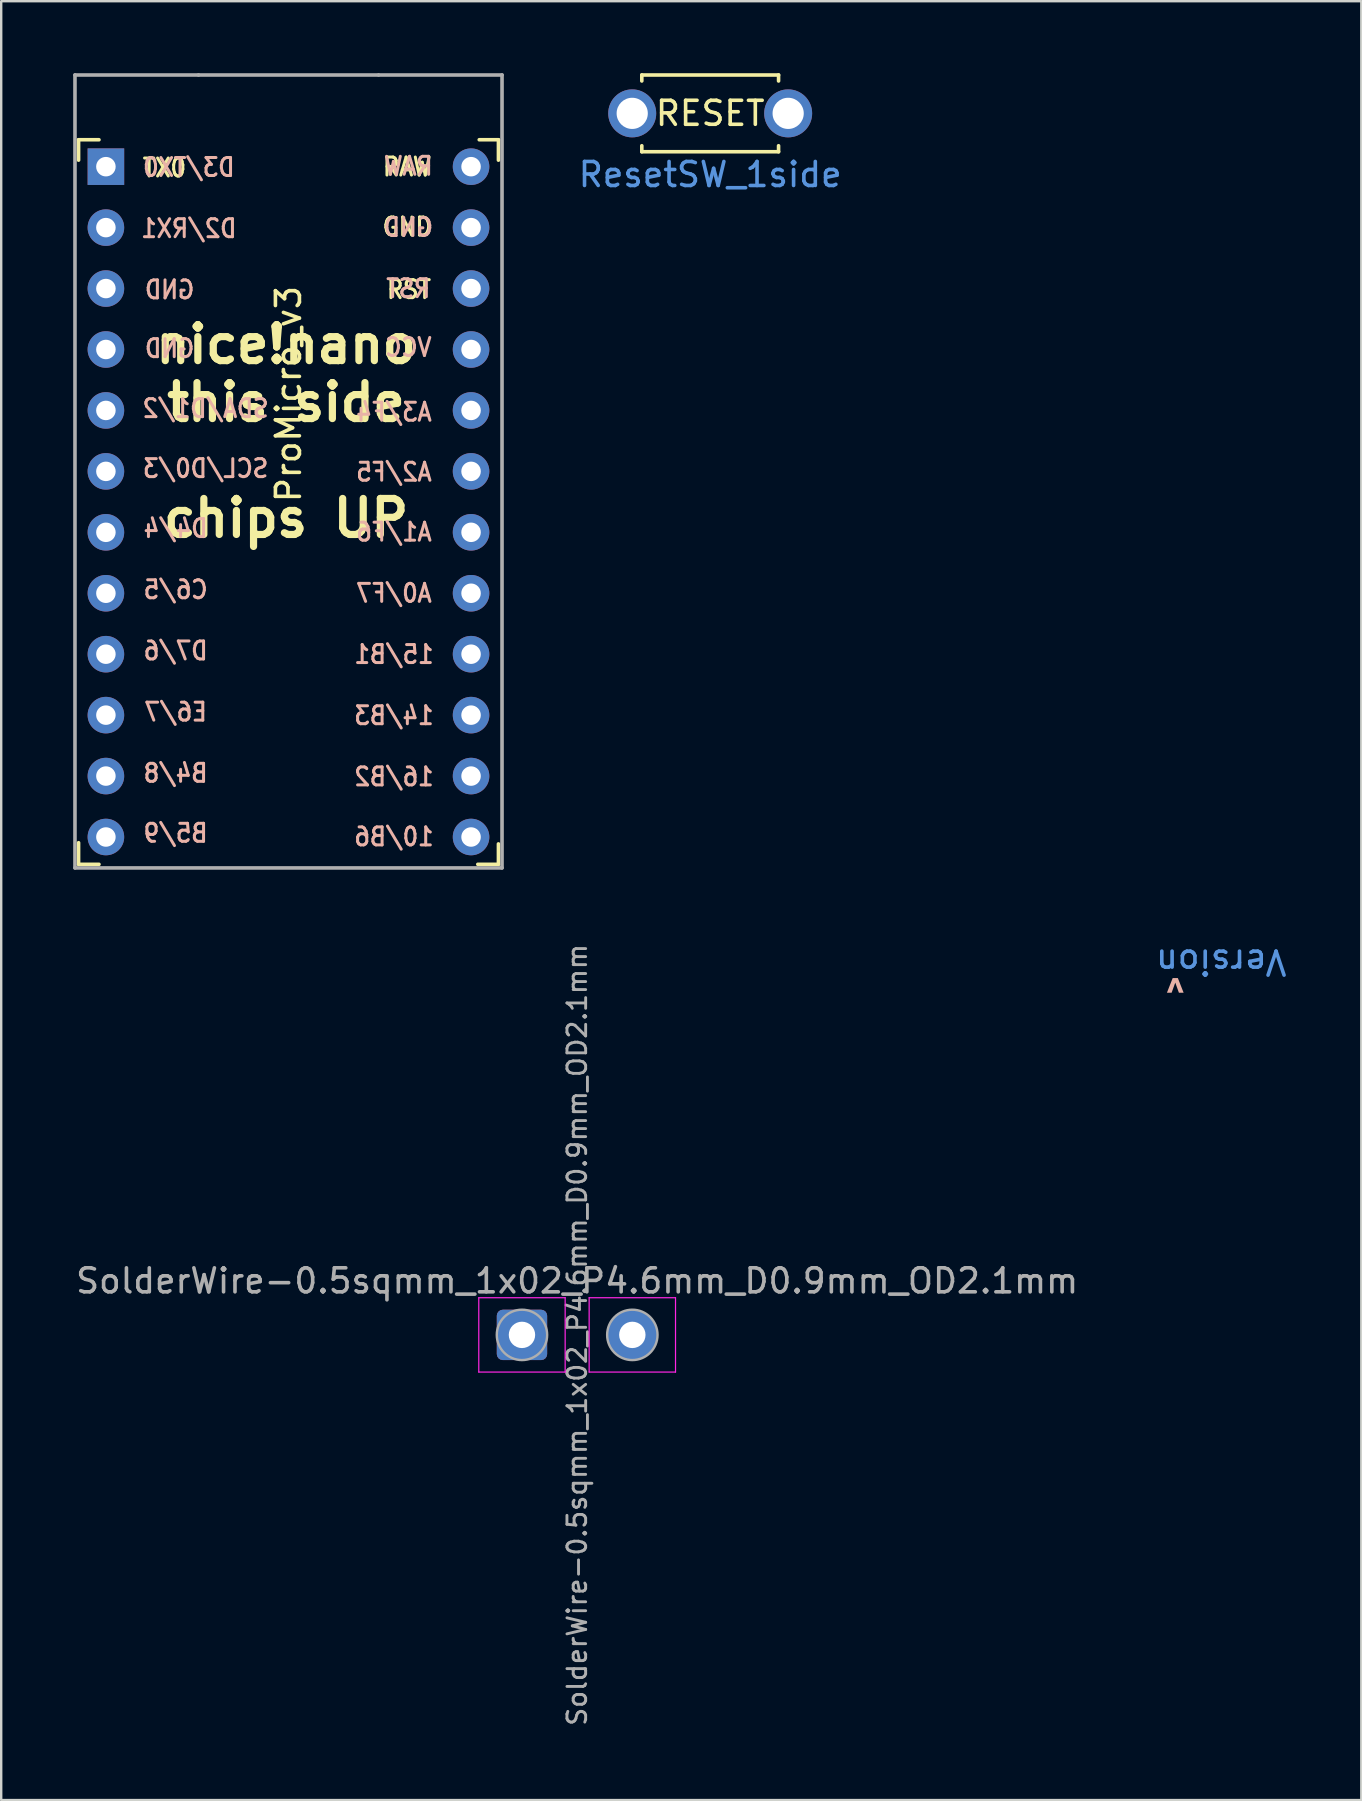
<source format=kicad_pcb>
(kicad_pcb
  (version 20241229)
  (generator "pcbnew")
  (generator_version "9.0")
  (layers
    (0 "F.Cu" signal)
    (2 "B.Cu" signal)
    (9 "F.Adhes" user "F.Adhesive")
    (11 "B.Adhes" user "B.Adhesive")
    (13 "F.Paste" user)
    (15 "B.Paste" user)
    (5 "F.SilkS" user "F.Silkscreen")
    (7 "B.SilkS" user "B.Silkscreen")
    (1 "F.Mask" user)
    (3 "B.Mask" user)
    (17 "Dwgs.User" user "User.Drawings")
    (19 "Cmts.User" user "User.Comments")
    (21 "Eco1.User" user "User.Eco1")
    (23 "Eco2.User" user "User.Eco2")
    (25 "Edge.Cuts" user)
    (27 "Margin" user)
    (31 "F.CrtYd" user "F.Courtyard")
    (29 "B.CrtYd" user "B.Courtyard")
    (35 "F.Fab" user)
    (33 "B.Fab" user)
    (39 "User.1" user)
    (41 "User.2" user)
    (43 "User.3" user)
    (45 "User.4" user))
  (footprint "SolderWire-0.5sqmm_1x02_P4.6mm_D0.9mm_OD2.1mm"
    (layer "F.Cu")
    (at 18.706 52.589)
    (property "Reference" "SolderWire-0.5sqmm_1x02_P4.6mm_D0.9mm_OD2.1mm" (at 2.3 -2.25 0) (layer "F.Fab") (effects (font (size 1 1) (thickness 0.15))))
    (attr exclude_from_pos_files exclude_from_bom)
    (fp_line (start -1.8 -1.55) (end -1.8 1.55) (stroke (width 0.05) (type solid)) (layer "F.CrtYd"))
    (fp_line (start -1.8 1.55) (end 1.8 1.55) (stroke (width 0.05) (type solid)) (layer "F.CrtYd"))
    (fp_line (start 1.8 -1.55) (end -1.8 -1.55) (stroke (width 0.05) (type solid)) (layer "F.CrtYd"))
    (fp_line (start 1.8 1.55) (end 1.8 -1.55) (stroke (width 0.05) (type solid)) (layer "F.CrtYd"))
    (fp_line (start 2.8 -1.55) (end 2.8 1.55) (stroke (width 0.05) (type solid)) (layer "F.CrtYd"))
    (fp_line (start 2.8 1.55) (end 6.4 1.55) (stroke (width 0.05) (type solid)) (layer "F.CrtYd"))
    (fp_line (start 6.4 -1.55) (end 2.8 -1.55) (stroke (width 0.05) (type solid)) (layer "F.CrtYd"))
    (fp_line (start 6.4 1.55) (end 6.4 -1.55) (stroke (width 0.05) (type solid)) (layer "F.CrtYd"))
    (fp_circle (center 0 0) (end 1.05 0) (stroke (width 0.1) (type solid)) (fill no) (layer "F.Fab"))
    (fp_circle (center 4.6 0) (end 5.65 0) (stroke (width 0.1) (type solid)) (fill no) (layer "F.Fab"))
    (fp_text user "${REFERENCE}" (at 2.3 0 90) (layer "F.Fab") (effects (font (size 0.78 0.78) (thickness 0.12))))
    (pad "1" thru_hole roundrect (at 0 0) (size 2.1 2.1) (drill 1.1) (layers "*.Cu" "B.Mask") (roundrect_rratio 0.119))
    (pad "2" thru_hole circle (at 4.6 0) (size 2.1 2.1) (drill 1.1) (layers "*.Cu" "B.Mask")))
  (footprint "ProMicro_v3"
    (layer "F.Cu")
    (at 8.975 18.375)
    (property "Reference" "ProMicro_v3" (at 0 -5 270) (layer "F.SilkS") (effects (font (size 1 1) (thickness 0.15))))
    (attr through_hole)
    (fp_line (start -8.75 -15.6) (end -8.75 -14.75) (stroke (width 0.15) (type solid)) (layer "F.SilkS"))
    (fp_line (start -8.75 -15.6) (end -7.9 -15.6) (stroke (width 0.15) (type solid)) (layer "F.SilkS"))
    (fp_line (start -8.75 13.7) (end -8.75 14.6) (stroke (width 0.15) (type solid)) (layer "F.SilkS"))
    (fp_line (start -8.75 14.6) (end -7.9 14.6) (stroke (width 0.15) (type solid)) (layer "F.SilkS"))
    (fp_line (start 8.75 -15.6) (end 7.95 -15.6) (stroke (width 0.15) (type solid)) (layer "F.SilkS"))
    (fp_line (start 8.75 -15.6) (end 8.75 -14.75) (stroke (width 0.15) (type solid)) (layer "F.SilkS"))
    (fp_line (start 8.75 13.75) (end 8.75 14.6) (stroke (width 0.15) (type solid)) (layer "F.SilkS"))
    (fp_line (start 8.75 14.6) (end 7.89 14.6) (stroke (width 0.15) (type solid)) (layer "F.SilkS"))
    (fp_line (start -8.9 -18.3) (end -3.75 -18.3) (stroke (width 0.15) (type solid)) (layer "F.Fab"))
    (fp_line (start -8.9 14.75) (end -8.9 -18.3) (stroke (width 0.15) (type solid)) (layer "F.Fab"))
    (fp_line (start -3.75 -18.3) (end 3.75 -18.3) (stroke (width 0.15) (type solid)) (layer "F.Fab"))
    (fp_line (start 3.76 -18.3) (end 8.9 -18.3) (stroke (width 0.15) (type solid)) (layer "F.Fab"))
    (fp_line (start 8.9 -18.3) (end 8.9 14.75) (stroke (width 0.15) (type solid)) (layer "F.Fab"))
    (fp_line (start 8.9 14.75) (end -8.9 14.75) (stroke (width 0.15) (type solid)) (layer "F.Fab"))
    (fp_text user "GND" (at 4.95 -11.97 0) (unlocked yes) (layer "F.SilkS") (effects (font (size 0.75 0.67) (thickness 0.125))))
    (fp_text user "RAW" (at 4.95 -14.47 0) (unlocked yes) (layer "F.SilkS") (effects (font (size 0.75 0.67) (thickness 0.125))))
    (fp_text user "RST" (at 5.02 -9.36 0) (unlocked yes) (layer "F.SilkS") (effects (font (size 0.75 0.67) (thickness 0.125))))
    (fp_text user "nice!nano\nthis side\n\nchips UP" (at -0.1 -3.45 0) (layer "F.SilkS") (effects (font (size 1.5 1.5) (thickness 0.3))))
    (fp_text user "TX0" (at -5.17 -14.43 0) (unlocked yes) (layer "F.SilkS") (effects (font (size 0.75 0.67) (thickness 0.125))))
    (fp_text user "D3/TX0" (at -4.155 -14.45 0) (unlocked yes) (layer "B.SilkS") (effects (font (size 0.75 0.67) (thickness 0.125)) (justify mirror)))
    (fp_text user "A0/F7" (at 4.395 3.3 0) (unlocked yes) (layer "B.SilkS") (effects (font (size 0.75 0.67) (thickness 0.125)) (justify mirror)))
    (fp_text user "16/B2" (at 4.395 10.95 0) (unlocked yes) (layer "B.SilkS") (effects (font (size 0.75 0.67) (thickness 0.125)) (justify mirror)))
    (fp_text user "GND" (at 4.995 -11.95 0) (unlocked yes) (layer "B.SilkS") (effects (font (size 0.75 0.67) (thickness 0.125)) (justify mirror)))
    (fp_text user "14/B3" (at 4.395 8.4 0) (unlocked yes) (layer "B.SilkS") (effects (font (size 0.75 0.67) (thickness 0.125)) (justify mirror)))
    (fp_text user "GND" (at -4.955 -9.35 0) (unlocked yes) (layer "B.SilkS") (effects (font (size 0.75 0.67) (thickness 0.125)) (justify mirror)))
    (fp_text user "D4/4" (at -4.705 0.6 0) (unlocked yes) (layer "B.SilkS") (effects (font (size 0.75 0.67) (thickness 0.125)) (justify mirror)))
    (fp_text user "SDA/D1/2" (at -3.455 -4.4 0) (unlocked yes) (layer "B.SilkS") (effects (font (size 0.75 0.67) (thickness 0.125)) (justify mirror)))
    (fp_text user "GND" (at -4.955 -6.9 0) (unlocked yes) (layer "B.SilkS") (effects (font (size 0.75 0.67) (thickness 0.125)) (justify mirror)))
    (fp_text user "B5/9" (at -4.705 13.3 0) (unlocked yes) (layer "B.SilkS") (effects (font (size 0.75 0.67) (thickness 0.125)) (justify mirror)))
    (fp_text user "SCL/D0/3" (at -3.455 -1.9 0) (unlocked yes) (layer "B.SilkS") (effects (font (size 0.75 0.67) (thickness 0.125)) (justify mirror)))
    (fp_text user "A2/F5" (at 4.395 -1.75 0) (unlocked yes) (layer "B.SilkS") (effects (font (size 0.75 0.67) (thickness 0.125)) (justify mirror)))
    (fp_text user "15/B1" (at 4.395 5.85 0) (unlocked yes) (layer "B.SilkS") (effects (font (size 0.75 0.67) (thickness 0.125)) (justify mirror)))
    (fp_text user "A1/F6" (at 4.395 0.75 0) (unlocked yes) (layer "B.SilkS") (effects (font (size 0.75 0.67) (thickness 0.125)) (justify mirror)))
    (fp_text user "A3/F4" (at 4.395 -4.25 0) (unlocked yes) (layer "B.SilkS") (effects (font (size 0.75 0.67) (thickness 0.125)) (justify mirror)))
    (fp_text user "D7/6" (at -4.705 5.7 0) (unlocked yes) (layer "B.SilkS") (effects (font (size 0.75 0.67) (thickness 0.125)) (justify mirror)))
    (fp_text user "RST" (at 4.995 -9.4 0) (unlocked yes) (layer "B.SilkS") (effects (font (size 0.75 0.67) (thickness 0.125)) (justify mirror)))
    (fp_text user "E6/7" (at -4.705 8.25 0) (unlocked yes) (layer "B.SilkS") (effects (font (size 0.75 0.67) (thickness 0.125)) (justify mirror)))
    (fp_text user "10/B6" (at 4.395 13.45 0) (unlocked yes) (layer "B.SilkS") (effects (font (size 0.75 0.67) (thickness 0.125)) (justify mirror)))
    (fp_text user "VCC" (at 4.995 -6.95 0) (unlocked yes) (layer "B.SilkS") (effects (font (size 0.75 0.67) (thickness 0.125)) (justify mirror)))
    (fp_text user "RAW" (at 4.995 -14.5 0) (unlocked yes) (layer "B.SilkS") (effects (font (size 0.75 0.67) (thickness 0.125)) (justify mirror)))
    (fp_text user "D2/RX1" (at -4.155 -11.9 0) (unlocked yes) (layer "B.SilkS") (effects (font (size 0.75 0.67) (thickness 0.125)) (justify mirror)))
    (fp_text user "B4/8" (at -4.705 10.8 0) (unlocked yes) (layer "B.SilkS") (effects (font (size 0.75 0.67) (thickness 0.125)) (justify mirror)))
    (fp_text user "C6/5" (at -4.705 3.15 0) (unlocked yes) (layer "B.SilkS") (effects (font (size 0.75 0.67) (thickness 0.125)) (justify mirror)))
    (pad "1" thru_hole rect (at -7.611 -14.478) (size 1.524 1.524) (drill 0.813) (layers "*.Cu" "B.Mask"))
    (pad "2" thru_hole circle (at -7.611 -11.938) (size 1.524 1.524) (drill 0.813) (layers "*.Cu" "B.Mask"))
    (pad "3" thru_hole circle (at -7.611 -9.398) (size 1.524 1.524) (drill 0.813) (layers "*.Cu" "B.Mask"))
    (pad "4" thru_hole circle (at -7.611 -6.858) (size 1.524 1.524) (drill 0.813) (layers "*.Cu" "B.Mask"))
    (pad "5" thru_hole circle (at -7.611 -4.318) (size 1.524 1.524) (drill 0.813) (layers "*.Cu" "B.Mask"))
    (pad "6" thru_hole circle (at -7.611 -1.778) (size 1.524 1.524) (drill 0.813) (layers "*.Cu" "B.Mask"))
    (pad "7" thru_hole circle (at -7.611 0.762) (size 1.524 1.524) (drill 0.813) (layers "*.Cu" "B.Mask"))
    (pad "8" thru_hole circle (at -7.611 3.302) (size 1.524 1.524) (drill 0.813) (layers "*.Cu" "B.Mask"))
    (pad "9" thru_hole circle (at -7.611 5.842) (size 1.524 1.524) (drill 0.813) (layers "*.Cu" "B.Mask"))
    (pad "10" thru_hole circle (at -7.611 8.382) (size 1.524 1.524) (drill 0.813) (layers "*.Cu" "B.Mask"))
    (pad "11" thru_hole circle (at -7.611 10.922) (size 1.524 1.524) (drill 0.813) (layers "*.Cu" "B.Mask"))
    (pad "12" thru_hole circle (at -7.611 13.462) (size 1.524 1.524) (drill 0.813) (layers "*.Cu" "B.Mask"))
    (pad "13" thru_hole circle (at 7.609 13.462) (size 1.524 1.524) (drill 0.813) (layers "*.Cu" "B.Mask"))
    (pad "14" thru_hole circle (at 7.609 10.922) (size 1.524 1.524) (drill 0.813) (layers "*.Cu" "B.Mask"))
    (pad "15" thru_hole circle (at 7.609 8.382) (size 1.524 1.524) (drill 0.813) (layers "*.Cu" "B.Mask"))
    (pad "16" thru_hole circle (at 7.609 5.842) (size 1.524 1.524) (drill 0.813) (layers "*.Cu" "B.Mask"))
    (pad "17" thru_hole circle (at 7.609 3.302) (size 1.524 1.524) (drill 0.813) (layers "*.Cu" "B.Mask"))
    (pad "18" thru_hole circle (at 7.609 0.762) (size 1.524 1.524) (drill 0.813) (layers "*.Cu" "B.Mask"))
    (pad "19" thru_hole circle (at 7.609 -1.778) (size 1.524 1.524) (drill 0.813) (layers "*.Cu" "B.Mask"))
    (pad "20" thru_hole circle (at 7.609 -4.318) (size 1.524 1.524) (drill 0.813) (layers "*.Cu" "B.Mask"))
    (pad "21" thru_hole circle (at 7.609 -6.858) (size 1.524 1.524) (drill 0.813) (layers "*.Cu" "B.Mask"))
    (pad "22" thru_hole circle (at 7.609 -9.398) (size 1.524 1.524) (drill 0.813) (layers "*.Cu" "B.Mask"))
    (pad "23" thru_hole circle (at 7.609 -11.938) (size 1.524 1.524) (drill 0.813) (layers "*.Cu" "B.Mask"))
    (pad "24" thru_hole circle (at 7.609 -14.478) (size 1.524 1.524) (drill 0.813) (layers "*.Cu" "B.Mask")))
  (footprint "Version"
    (layer "F.Cu")
    (at 47.851 37.548)
    (property "Reference" "Version" (at 0 -0.5 180) (unlocked yes) (layer "Cmts.User") (effects (font (size 1 1) (thickness 0.15))))
    (attr board_only exclude_from_bom)
    (fp_text user "v${REVISION}" (at -2.28 0.5 180) (unlocked yes) (layer "B.SilkS") (effects (font (face "Atkinson Hyperlegible") (size 0.8 0.8) (thickness 0.125) (bold yes)) (justify left mirror))))
  (footprint "ResetSW_1side"
    (layer "F.Cu")
    (at 26.551 1.675)
    (property "Reference" "ResetSW_1side" (at 0 2.55 180) (layer "Cmts.User") (effects (font (size 1 1) (thickness 0.15))))
    (attr through_hole)
    (fp_line (start -2.85 -1.6) (end -2.85 -1.35) (stroke (width 0.15) (type solid)) (layer "F.SilkS"))
    (fp_line (start -2.85 -1.6) (end 2.85 -1.6) (stroke (width 0.15) (type solid)) (layer "F.SilkS"))
    (fp_line (start -2.85 1.6) (end -2.85 1.35) (stroke (width 0.15) (type solid)) (layer "F.SilkS"))
    (fp_line (start -2.85 1.6) (end 2.85 1.6) (stroke (width 0.15) (type solid)) (layer "F.SilkS"))
    (fp_line (start 2.85 -1.6) (end 2.85 -1.35) (stroke (width 0.15) (type solid)) (layer "F.SilkS"))
    (fp_line (start 2.85 1.6) (end 2.85 1.35) (stroke (width 0.15) (type solid)) (layer "F.SilkS"))
    (fp_text user "RESET" (at 0 0 180) (layer "F.SilkS") (effects (font (size 1 1) (thickness 0.15))))
    (pad "1" thru_hole circle (at 3.25 0) (size 2 2) (drill 1.3) (layers "*.Cu" "B.Mask"))
    (pad "2" thru_hole circle (at -3.25 0) (size 2 2) (drill 1.3) (layers "*.Cu" "B.Mask")))
  (gr_rect
    (start -3 -3)
    (end 53.69 71.978)
    (stroke (width 0.1) (type default))
    (fill no)
    (layer "Edge.Cuts")))
</source>
